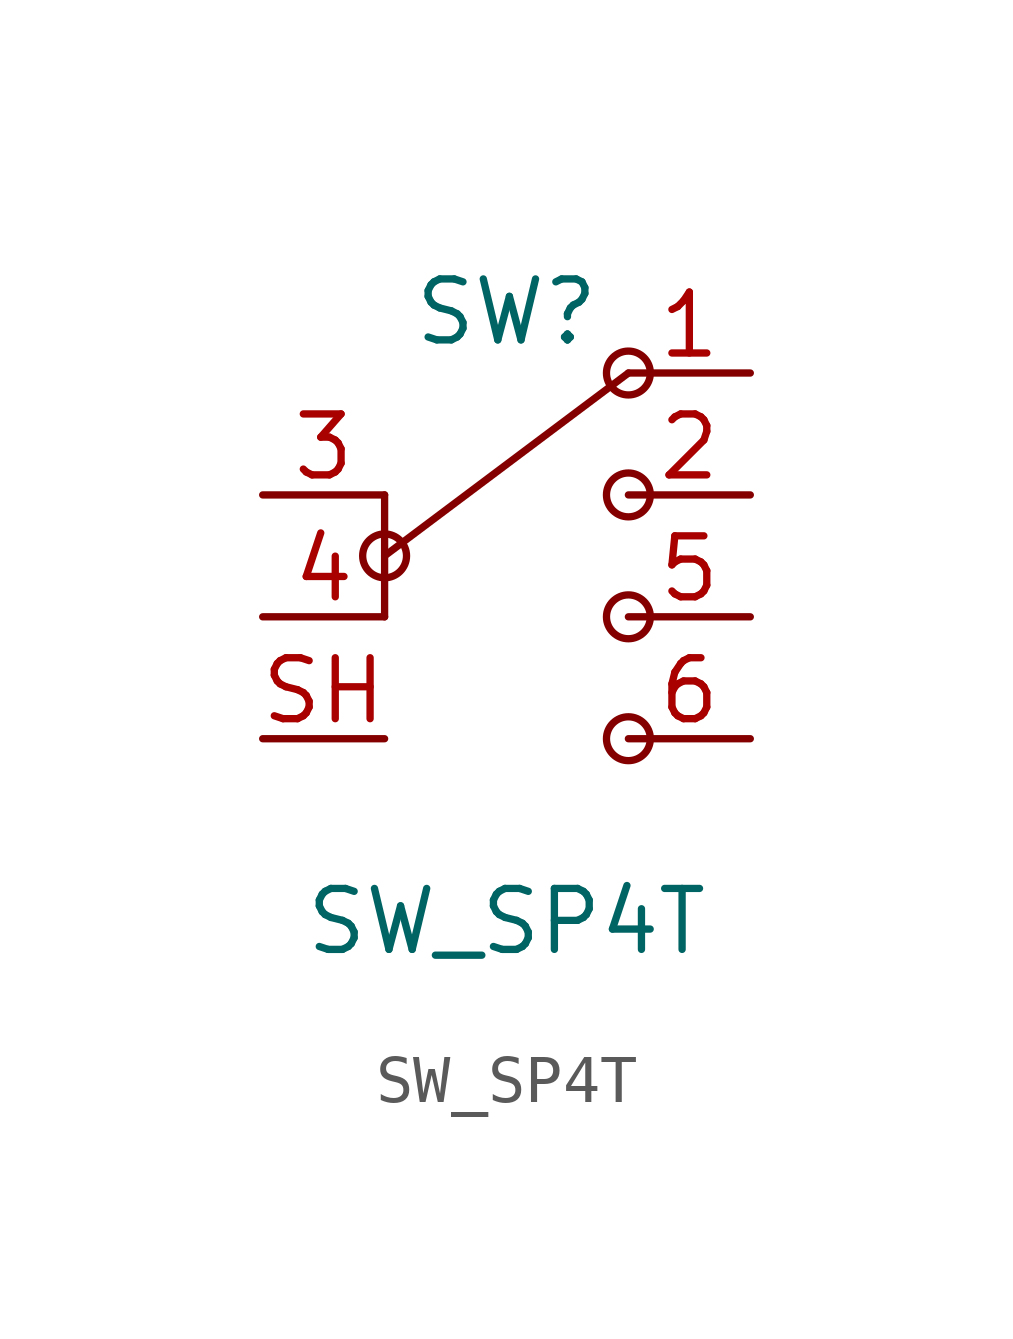
<source format=kicad_sym>
(kicad_symbol_lib
  (version 20220914)
  (generator kicad_symbol_editor)
  (symbol "SW_SP4T"
    (pin_names
      (offset 0) hide)
    (property "Reference" "SW"
      (at 0 5.08 0)
      (effects (font (size 1.27 1.27))))
    (property "Value" "SW_SP4T"
      (at 0 -7.62 0)
      (effects (font (size 1.27 1.27))))
    (symbol "SW_SP4T_0_1"
      (circle (center -2.54 0) (radius 0.457) (stroke (width 0) (type default)) (fill (type none)))
      (polyline (pts (xy -2.54 -1.27) (xy -2.54 1.27)) (stroke (width 0) (type default)) (fill (type none)))
      (polyline (pts (xy -2.54 0) (xy 2.54 3.81)) (stroke (width 0) (type default)) (fill (type none)))
      (circle (center 2.54 -3.81) (radius 0.457) (stroke (width 0) (type default)) (fill (type none)))
      (circle (center 2.54 -1.27) (radius 0.457) (stroke (width 0) (type default)) (fill (type none)))
      (circle (center 2.54 1.27) (radius 0.457) (stroke (width 0) (type default)) (fill (type none)))
      (circle (center 2.54 3.81) (radius 0.457) (stroke (width 0) (type default)) (fill (type none))))
    (symbol "SW_SP4T_1_1"
      (pin passive line (at 5.08 3.81 180) (length 2.54) (name "1" (effects (font (size 1.27 1.27)))) (number "1" (effects (font (size 1.27 1.27)))))
      (pin passive line (at 5.08 1.27 180) (length 2.54) (name "2" (effects (font (size 1.27 1.27)))) (number "2" (effects (font (size 1.27 1.27)))))
      (pin passive line (at -5.08 1.27 0) (length 2.54) (name "3" (effects (font (size 1.27 1.27)))) (number "3" (effects (font (size 1.27 1.27)))))
      (pin passive line (at -5.08 -1.27 0) (length 2.54) (name "4" (effects (font (size 1.27 1.27)))) (number "4" (effects (font (size 1.27 1.27)))))
      (pin passive line (at 5.08 -1.27 180) (length 2.54) (name "" (effects (font (size 1.27 1.27)))) (number "5" (effects (font (size 1.27 1.27)))))
      (pin passive line (at 5.08 -3.81 180) (length 2.54) (name "" (effects (font (size 1.27 1.27)))) (number "6" (effects (font (size 1.27 1.27)))))
      (pin passive line (at -5.08 -3.81 0) (length 2.54) (name "SH" (effects (font (size 1.27 1.27)))) (number "SH" (effects (font (size 1.27 1.27))))))))
</source>
